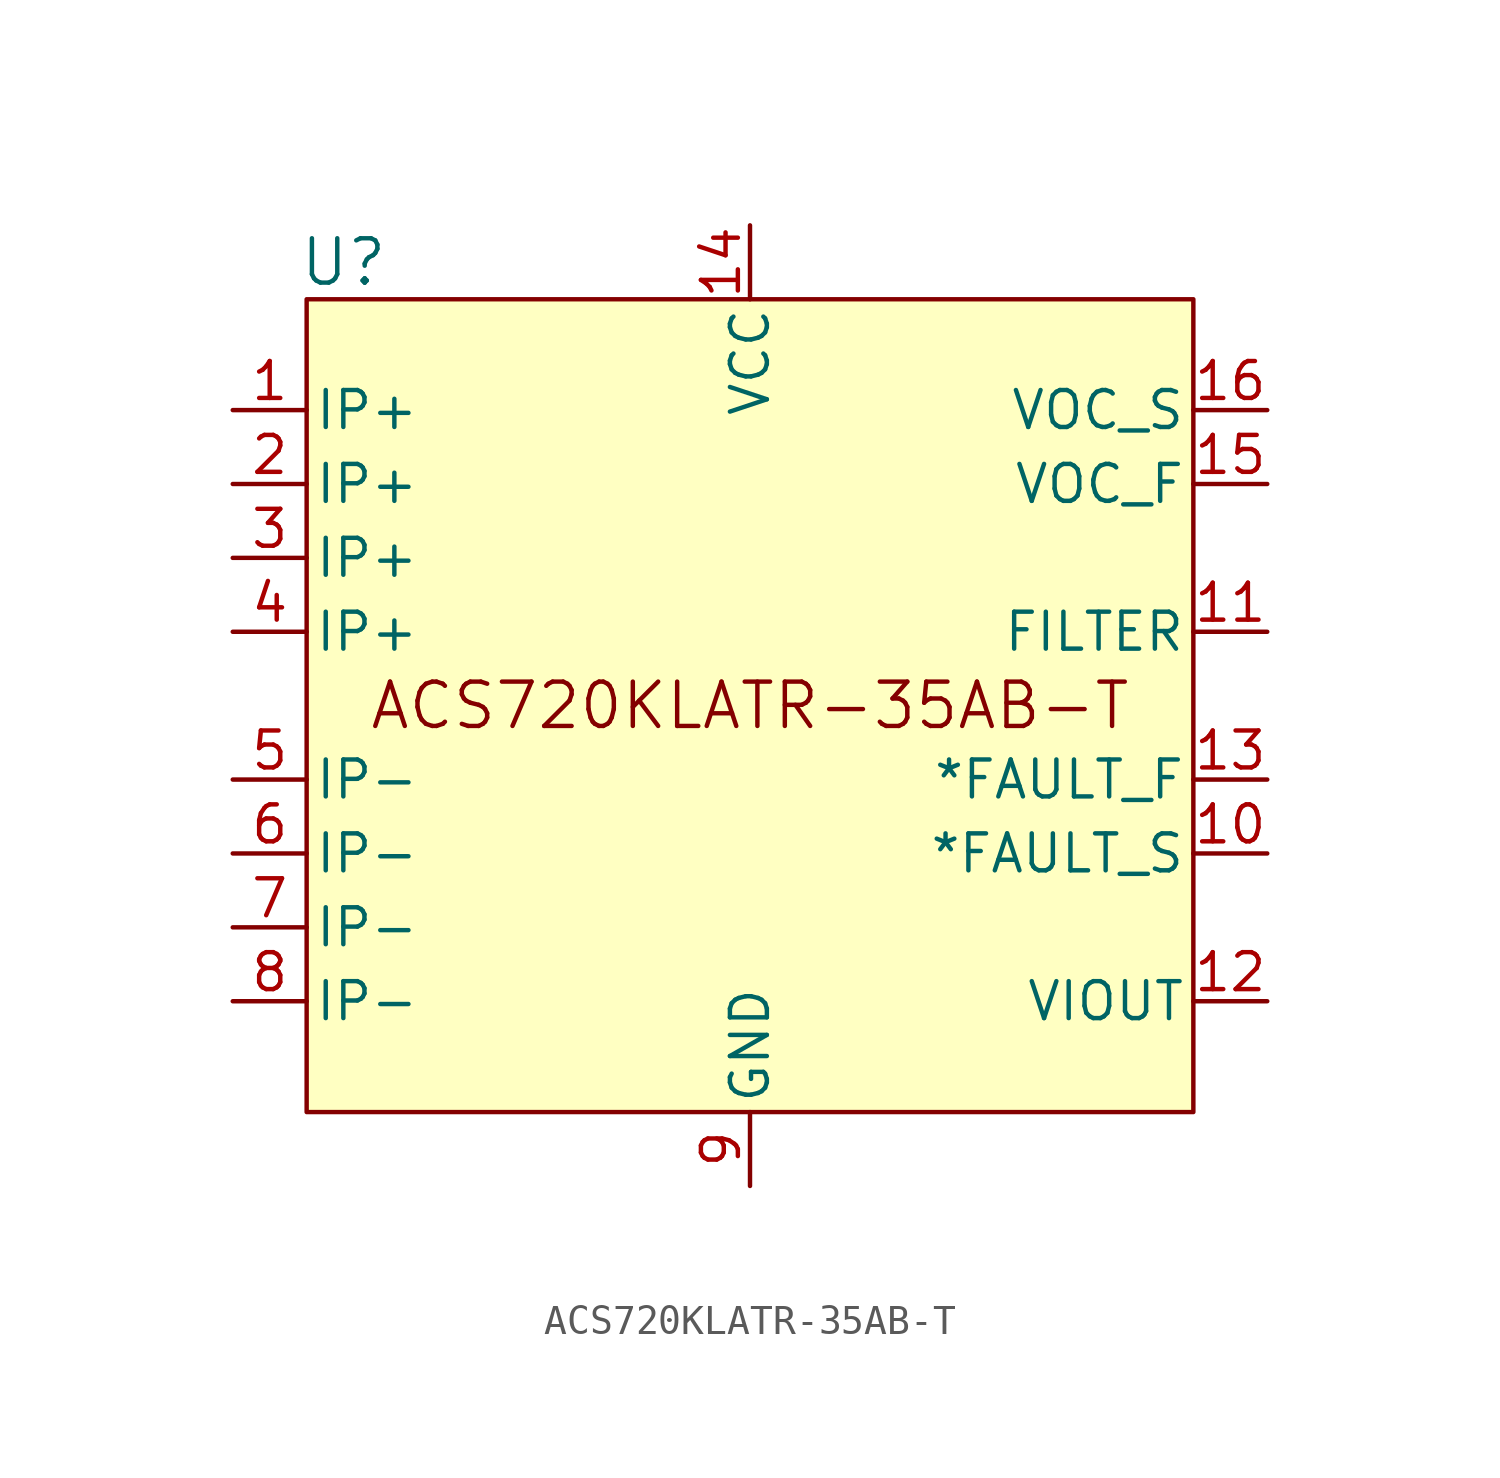
<source format=kicad_sym>
(kicad_symbol_lib
  (version 20220914)
  (generator kicad_symbol_editor)
  (symbol "ACS720KLATR-35AB-T"
    (pin_names
      (offset 0.254))
    (property "Reference" "U"
      (at 1.27 1.27 0)
      (effects (font (size 1.524 1.524))))
    (property "Value" "ACS720KLATR-35AB-T"
      (at 15.24 -13.97 0)
      (effects (font (size 1.524 1.524) (color 132 0 0 1))))
    (property "ki_locked" ""
      (at 0 0 0)
      (effects (font (size 1.27 1.27))))
    (symbol "ACS720KLATR-35AB-T_1_1"
      (rectangle (start 0 0) (end 30.48 -27.94) (stroke (width 0) (type default)) (fill (type background)))
      (pin unspecified line (at -2.54 -3.81 0) (length 2.54) (name "IP+" (effects (font (size 1.27 1.27)))) (number "1" (effects (font (size 1.27 1.27)))))
      (pin output line (at 33.02 -19.05 180) (length 2.54) (name "*FAULT_S" (effects (font (size 1.27 1.27)))) (number "10" (effects (font (size 1.27 1.27)))))
      (pin unspecified line (at 33.02 -11.43 180) (length 2.54) (name "FILTER" (effects (font (size 1.27 1.27)))) (number "11" (effects (font (size 1.27 1.27)))))
      (pin output line (at 33.02 -24.13 180) (length 2.54) (name "VIOUT" (effects (font (size 1.27 1.27)))) (number "12" (effects (font (size 1.27 1.27)))))
      (pin output line (at 33.02 -16.51 180) (length 2.54) (name "*FAULT_F" (effects (font (size 1.27 1.27)))) (number "13" (effects (font (size 1.27 1.27)))))
      (pin power_in line (at 15.24 2.54 270) (length 2.54) (name "VCC" (effects (font (size 1.27 1.27)))) (number "14" (effects (font (size 1.27 1.27)))))
      (pin unspecified line (at 33.02 -6.35 180) (length 2.54) (name "VOC_F" (effects (font (size 1.27 1.27)))) (number "15" (effects (font (size 1.27 1.27)))))
      (pin unspecified line (at 33.02 -3.81 180) (length 2.54) (name "VOC_S" (effects (font (size 1.27 1.27)))) (number "16" (effects (font (size 1.27 1.27)))))
      (pin unspecified line (at -2.54 -6.35 0) (length 2.54) (name "IP+" (effects (font (size 1.27 1.27)))) (number "2" (effects (font (size 1.27 1.27)))))
      (pin unspecified line (at -2.54 -8.89 0) (length 2.54) (name "IP+" (effects (font (size 1.27 1.27)))) (number "3" (effects (font (size 1.27 1.27)))))
      (pin unspecified line (at -2.54 -11.43 0) (length 2.54) (name "IP+" (effects (font (size 1.27 1.27)))) (number "4" (effects (font (size 1.27 1.27)))))
      (pin unspecified line (at -2.54 -16.51 0) (length 2.54) (name "IP-" (effects (font (size 1.27 1.27)))) (number "5" (effects (font (size 1.27 1.27)))))
      (pin unspecified line (at -2.54 -19.05 0) (length 2.54) (name "IP-" (effects (font (size 1.27 1.27)))) (number "6" (effects (font (size 1.27 1.27)))))
      (pin unspecified line (at -2.54 -21.59 0) (length 2.54) (name "IP-" (effects (font (size 1.27 1.27)))) (number "7" (effects (font (size 1.27 1.27)))))
      (pin unspecified line (at -2.54 -24.13 0) (length 2.54) (name "IP-" (effects (font (size 1.27 1.27)))) (number "8" (effects (font (size 1.27 1.27)))))
      (pin power_out line (at 15.24 -30.48 90) (length 2.54) (name "GND" (effects (font (size 1.27 1.27)))) (number "9" (effects (font (size 1.27 1.27))))))))
</source>
